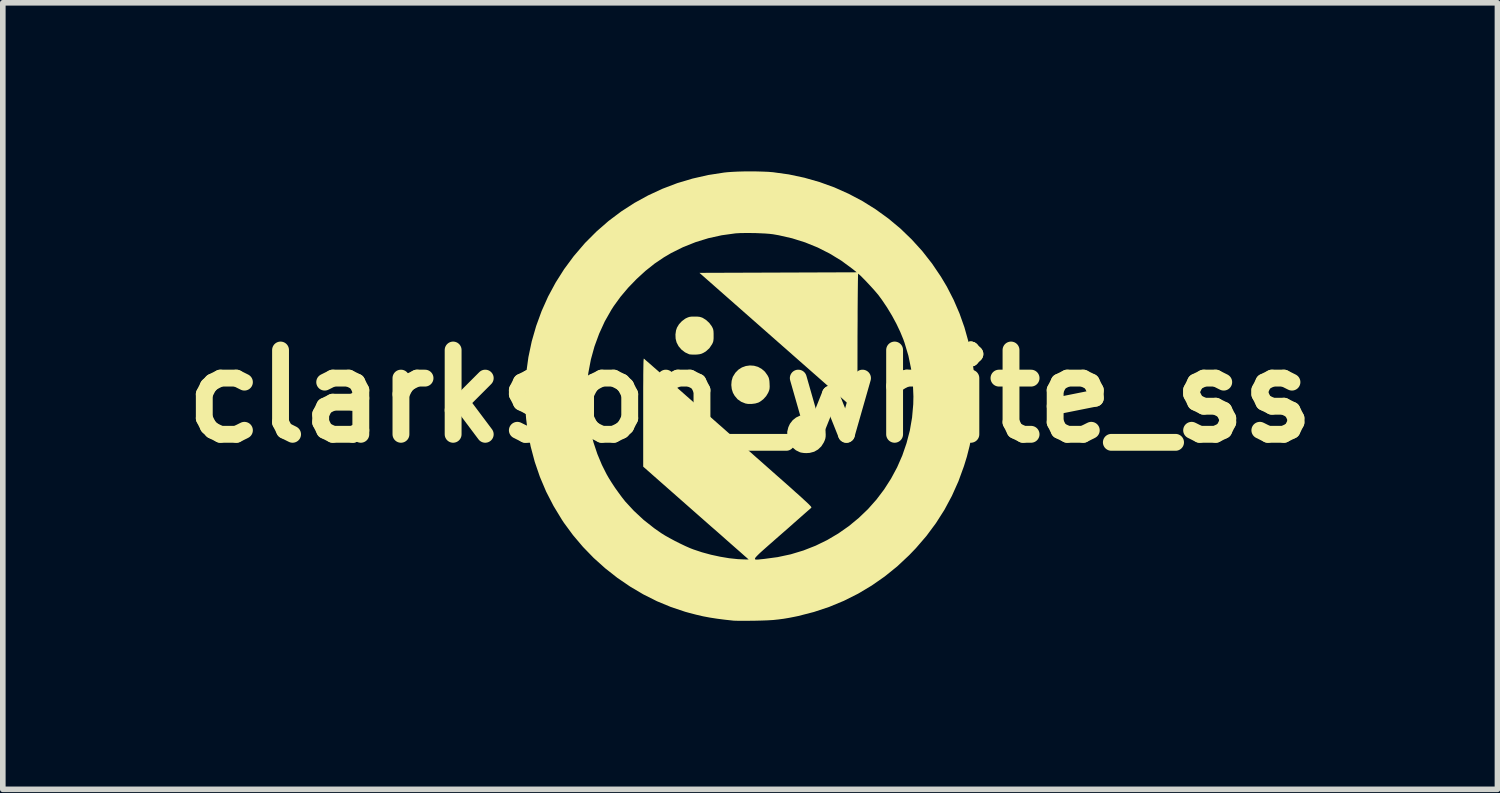
<source format=kicad_pcb>
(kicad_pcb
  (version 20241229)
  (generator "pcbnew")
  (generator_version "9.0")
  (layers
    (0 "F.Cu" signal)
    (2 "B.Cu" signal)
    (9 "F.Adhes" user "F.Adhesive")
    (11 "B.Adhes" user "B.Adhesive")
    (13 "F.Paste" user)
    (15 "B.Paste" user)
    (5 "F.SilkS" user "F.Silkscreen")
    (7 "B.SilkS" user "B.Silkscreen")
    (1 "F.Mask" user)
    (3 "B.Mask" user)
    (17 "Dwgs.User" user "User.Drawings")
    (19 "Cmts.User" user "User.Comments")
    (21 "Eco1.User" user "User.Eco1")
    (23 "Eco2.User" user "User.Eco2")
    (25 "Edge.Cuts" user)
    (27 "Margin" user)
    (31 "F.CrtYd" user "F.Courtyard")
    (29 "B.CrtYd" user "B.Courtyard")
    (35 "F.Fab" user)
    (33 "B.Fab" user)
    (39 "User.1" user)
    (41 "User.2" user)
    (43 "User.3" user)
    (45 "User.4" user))
  (footprint "clarkson_white_ss"
    (layer "F.Cu")
    (at 10.3 4.001)
    (property "Reference" "clarkson_white_ss" (at 0 0 0) (layer "F.SilkS") (effects (font (size 1.5 1.5) (thickness 0.3))))
    (attr board_only exclude_from_pos_files exclude_from_bom)
    (fp_poly (pts (xy 1.098 0.342) (xy 1.166 0.37) (xy 1.228 0.412) (xy 1.281 0.469) (xy 1.322 0.538) (xy 1.335 0.575) (xy 1.342 0.616) (xy 1.344 0.668) (xy 1.345 0.672) (xy 1.344 0.717) (xy 1.339 0.751) (xy 1.329 0.783) (xy 1.312 0.82) (xy 1.312 0.822) (xy 1.266 0.894) (xy 1.208 0.949) (xy 1.14 0.988) (xy 1.061 1.009) (xy 1 1.013) (xy 0.957 1.011) (xy 0.916 1.005) (xy 0.889 0.999) (xy 0.815 0.963) (xy 0.754 0.912) (xy 0.708 0.851) (xy 0.676 0.782) (xy 0.66 0.707) (xy 0.661 0.629) (xy 0.68 0.552) (xy 0.709 0.49) (xy 0.758 0.427) (xy 0.817 0.38) (xy 0.883 0.348) (xy 0.953 0.331) (xy 1.026 0.329)) (stroke (width 0) (type solid)) (fill yes) (layer "F.SilkS"))
    (fp_poly (pts (xy 0.069 -0.542) (xy 0.14 -0.522) (xy 0.205 -0.486) (xy 0.263 -0.436) (xy 0.311 -0.369) (xy 0.312 -0.366) (xy 0.328 -0.336) (xy 0.337 -0.306) (xy 0.343 -0.271) (xy 0.346 -0.222) (xy 0.346 -0.219) (xy 0.348 -0.172) (xy 0.346 -0.138) (xy 0.341 -0.111) (xy 0.33 -0.082) (xy 0.322 -0.063) (xy 0.285 -0.001) (xy 0.234 0.055) (xy 0.176 0.098) (xy 0.146 0.114) (xy 0.091 0.13) (xy 0.027 0.138) (xy -0.036 0.138) (xy -0.083 0.13) (xy -0.16 0.099) (xy -0.224 0.054) (xy -0.276 -0.008) (xy -0.306 -0.061) (xy -0.327 -0.127) (xy -0.335 -0.2) (xy -0.329 -0.273) (xy -0.31 -0.34) (xy -0.306 -0.348) (xy -0.263 -0.417) (xy -0.209 -0.472) (xy -0.146 -0.512) (xy -0.076 -0.537) (xy -0.004 -0.547)) (stroke (width 0) (type solid)) (fill yes) (layer "F.SilkS"))
    (fp_poly (pts (xy -0.936 -1.416) (xy -0.898 -1.412) (xy -0.867 -1.403) (xy -0.844 -1.394) (xy -0.785 -1.357) (xy -0.729 -1.306) (xy -0.685 -1.247) (xy -0.677 -1.233) (xy -0.664 -1.207) (xy -0.656 -1.182) (xy -0.652 -1.154) (xy -0.65 -1.115) (xy -0.65 -1.08) (xy -0.65 -1.03) (xy -0.653 -0.996) (xy -0.658 -0.969) (xy -0.668 -0.944) (xy -0.678 -0.924) (xy -0.726 -0.853) (xy -0.788 -0.797) (xy -0.832 -0.771) (xy -0.865 -0.756) (xy -0.899 -0.747) (xy -0.941 -0.742) (xy -0.972 -0.74) (xy -1.016 -0.74) (xy -1.054 -0.742) (xy -1.08 -0.745) (xy -1.085 -0.746) (xy -1.158 -0.78) (xy -1.222 -0.829) (xy -1.274 -0.89) (xy -1.309 -0.957) (xy -1.326 -1.024) (xy -1.329 -1.098) (xy -1.319 -1.17) (xy -1.302 -1.22) (xy -1.266 -1.28) (xy -1.215 -1.335) (xy -1.156 -1.379) (xy -1.137 -1.389) (xy -1.106 -1.403) (xy -1.077 -1.412) (xy -1.044 -1.416) (xy -0.999 -1.417) (xy -0.988 -1.417)) (stroke (width 0) (type solid)) (fill yes) (layer "F.SilkS"))
    (fp_poly (pts (xy 0.113 -4) (xy 0.223 -3.997) (xy 0.322 -3.993) (xy 0.407 -3.986) (xy 0.407 -3.986) (xy 0.689 -3.947) (xy 0.966 -3.888) (xy 1.236 -3.811) (xy 1.499 -3.716) (xy 1.754 -3.602) (xy 2 -3.472) (xy 2.235 -3.325) (xy 2.46 -3.162) (xy 2.674 -2.984) (xy 2.875 -2.79) (xy 3.063 -2.583) (xy 3.237 -2.361) (xy 3.396 -2.126) (xy 3.501 -1.95) (xy 3.622 -1.714) (xy 3.726 -1.473) (xy 3.814 -1.225) (xy 3.886 -0.968) (xy 3.943 -0.699) (xy 3.983 -0.43) (xy 3.988 -0.372) (xy 3.992 -0.298) (xy 3.995 -0.212) (xy 3.997 -0.116) (xy 3.997 -0.014) (xy 3.996 0.088) (xy 3.994 0.189) (xy 3.991 0.283) (xy 3.987 0.367) (xy 3.982 0.438) (xy 3.977 0.476) (xy 3.946 0.686) (xy 3.906 0.885) (xy 3.857 1.078) (xy 3.805 1.246) (xy 3.707 1.515) (xy 3.591 1.774) (xy 3.458 2.022) (xy 3.307 2.259) (xy 3.138 2.487) (xy 2.951 2.704) (xy 2.83 2.83) (xy 2.619 3.028) (xy 2.396 3.208) (xy 2.164 3.37) (xy 1.921 3.515) (xy 1.668 3.642) (xy 1.407 3.75) (xy 1.136 3.84) (xy 0.857 3.912) (xy 0.794 3.925) (xy 0.692 3.945) (xy 0.597 3.961) (xy 0.505 3.973) (xy 0.412 3.983) (xy 0.312 3.989) (xy 0.201 3.993) (xy 0.076 3.996) (xy 0.056 3.996) (xy -0.023 3.997) (xy -0.098 3.997) (xy -0.164 3.997) (xy -0.22 3.997) (xy -0.263 3.996) (xy -0.288 3.995) (xy -0.292 3.995) (xy -0.448 3.978) (xy -0.588 3.96) (xy -0.717 3.94) (xy -0.839 3.917) (xy -0.959 3.889) (xy -1.082 3.857) (xy -1.155 3.837) (xy -1.409 3.752) (xy -1.658 3.649) (xy -1.901 3.527) (xy -2.136 3.388) (xy -2.363 3.233) (xy -2.579 3.063) (xy -2.784 2.879) (xy -2.975 2.682) (xy -3.152 2.473) (xy -3.314 2.253) (xy -3.349 2.2) (xy -3.499 1.953) (xy -3.63 1.699) (xy -3.741 1.437) (xy -3.833 1.169) (xy -3.906 0.894) (xy -3.96 0.613) (xy -3.986 0.407) (xy -3.993 0.323) (xy -3.997 0.224) (xy -4 0.114) (xy -4.001 -0.000155) (xy -4.001 -0.04) (xy -2.905 -0.04) (xy -2.904 0.053) (xy -2.901 0.147) (xy -2.897 0.237) (xy -2.891 0.317) (xy -2.885 0.384) (xy -2.882 0.407) (xy -2.842 0.617) (xy -2.787 0.825) (xy -2.719 1.029) (xy -2.638 1.223) (xy -2.556 1.386) (xy -2.513 1.461) (xy -2.461 1.544) (xy -2.403 1.632) (xy -2.342 1.717) (xy -2.284 1.796) (xy -2.231 1.863) (xy -2.228 1.868) (xy -2.07 2.039) (xy -1.896 2.201) (xy -1.707 2.35) (xy -1.581 2.438) (xy -1.512 2.481) (xy -1.428 2.528) (xy -1.337 2.577) (xy -1.243 2.624) (xy -1.151 2.668) (xy -1.067 2.705) (xy -1.01 2.727) (xy -0.857 2.778) (xy -0.695 2.822) (xy -0.532 2.857) (xy -0.371 2.884) (xy -0.217 2.9) (xy -0.107 2.905) (xy -0.026 2.906) (xy -0.058 2.878) (xy -0.069 2.868) (xy -0.096 2.845) (xy -0.135 2.81) (xy -0.187 2.764) (xy -0.25 2.709) (xy -0.324 2.644) (xy -0.407 2.571) (xy -0.498 2.49) (xy -0.597 2.403) (xy -0.703 2.311) (xy -0.814 2.213) (xy -0.929 2.112) (xy -0.997 2.052) (xy -1.903 1.254) (xy -1.903 0.289) (xy -1.903 0.119) (xy -1.903 -0.031) (xy -1.903 -0.163) (xy -1.902 -0.277) (xy -1.902 -0.374) (xy -1.901 -0.456) (xy -1.9 -0.523) (xy -1.899 -0.576) (xy -1.898 -0.616) (xy -1.896 -0.644) (xy -1.894 -0.662) (xy -1.892 -0.669) (xy -1.891 -0.669) (xy -1.882 -0.662) (xy -1.859 -0.641) (xy -1.822 -0.609) (xy -1.771 -0.565) (xy -1.709 -0.51) (xy -1.634 -0.445) (xy -1.549 -0.37) (xy -1.453 -0.286) (xy -1.349 -0.194) (xy -1.235 -0.094) (xy -1.114 0.013) (xy -0.985 0.126) (xy -0.85 0.244) (xy -0.709 0.368) (xy -0.564 0.496) (xy -0.414 0.628) (xy -0.386 0.653) (xy -0.208 0.81) (xy -0.044 0.953) (xy 0.105 1.085) (xy 0.24 1.204) (xy 0.363 1.313) (xy 0.474 1.411) (xy 0.573 1.498) (xy 0.661 1.576) (xy 0.739 1.645) (xy 0.806 1.706) (xy 0.865 1.758) (xy 0.916 1.804) (xy 0.958 1.843) (xy 0.993 1.875) (xy 1.022 1.902) (xy 1.045 1.924) (xy 1.062 1.942) (xy 1.075 1.955) (xy 1.083 1.965) (xy 1.088 1.973) (xy 1.09 1.978) (xy 1.09 1.982) (xy 1.089 1.985) (xy 1.088 1.985) (xy 1.078 1.995) (xy 1.053 2.017) (xy 1.015 2.05) (xy 0.966 2.093) (xy 0.907 2.145) (xy 0.839 2.205) (xy 0.764 2.271) (xy 0.683 2.343) (xy 0.597 2.418) (xy 0.558 2.452) (xy 0.453 2.544) (xy 0.363 2.623) (xy 0.287 2.69) (xy 0.224 2.746) (xy 0.173 2.792) (xy 0.135 2.829) (xy 0.108 2.857) (xy 0.091 2.878) (xy 0.085 2.893) (xy 0.088 2.903) (xy 0.099 2.907) (xy 0.119 2.908) (xy 0.147 2.907) (xy 0.181 2.903) (xy 0.222 2.899) (xy 0.251 2.896) (xy 0.49 2.864) (xy 0.723 2.814) (xy 0.948 2.746) (xy 1.165 2.661) (xy 1.372 2.56) (xy 1.57 2.443) (xy 1.757 2.312) (xy 1.933 2.167) (xy 2.097 2.01) (xy 2.248 1.84) (xy 2.385 1.659) (xy 2.508 1.467) (xy 2.616 1.266) (xy 2.708 1.056) (xy 2.783 0.838) (xy 2.842 0.613) (xy 2.882 0.381) (xy 2.903 0.144) (xy 2.906 0.005) (xy 2.896 -0.239) (xy 2.866 -0.481) (xy 2.817 -0.719) (xy 2.748 -0.951) (xy 2.727 -1.01) (xy 2.671 -1.146) (xy 2.603 -1.289) (xy 2.524 -1.435) (xy 2.437 -1.579) (xy 2.346 -1.714) (xy 2.282 -1.801) (xy 2.255 -1.833) (xy 2.221 -1.873) (xy 2.181 -1.918) (xy 2.137 -1.966) (xy 2.092 -2.014) (xy 2.048 -2.061) (xy 2.007 -2.102) (xy 1.972 -2.138) (xy 1.944 -2.163) (xy 1.927 -2.178) (xy 1.922 -2.18) (xy 1.921 -2.17) (xy 1.92 -2.141) (xy 1.919 -2.093) (xy 1.918 -2.029) (xy 1.917 -1.95) (xy 1.916 -1.856) (xy 1.915 -1.75) (xy 1.914 -1.631) (xy 1.913 -1.503) (xy 1.913 -1.365) (xy 1.912 -1.219) (xy 1.911 -1.066) (xy 1.911 -0.951) (xy 1.909 0.279) (xy 0.503 -0.958) (xy -0.902 -2.195) (xy 0.498 -2.2) (xy 1.897 -2.205) (xy 1.816 -2.27) (xy 1.623 -2.412) (xy 1.418 -2.537) (xy 1.203 -2.646) (xy 0.979 -2.737) (xy 0.747 -2.81) (xy 0.51 -2.864) (xy 0.407 -2.882) (xy 0.348 -2.889) (xy 0.272 -2.895) (xy 0.186 -2.899) (xy 0.093 -2.903) (xy -0.001 -2.904) (xy -0.091 -2.904) (xy -0.174 -2.903) (xy -0.243 -2.899) (xy -0.267 -2.897) (xy -0.506 -2.864) (xy -0.742 -2.812) (xy -0.972 -2.741) (xy -1.195 -2.652) (xy -1.408 -2.546) (xy -1.535 -2.471) (xy -1.701 -2.359) (xy -1.864 -2.229) (xy -2.021 -2.085) (xy -2.17 -1.931) (xy -2.306 -1.77) (xy -2.426 -1.605) (xy -2.471 -1.535) (xy -2.588 -1.329) (xy -2.687 -1.112) (xy -2.77 -0.886) (xy -2.834 -0.654) (xy -2.879 -0.417) (xy -2.897 -0.267) (xy -2.902 -0.205) (xy -2.904 -0.127) (xy -2.905 -0.04) (xy -4.001 -0.04) (xy -4 -0.115) (xy -3.997 -0.224) (xy -3.993 -0.323) (xy -3.986 -0.407) (xy -3.986 -0.407) (xy -3.946 -0.695) (xy -3.887 -0.975) (xy -3.808 -1.249) (xy -3.711 -1.515) (xy -3.596 -1.772) (xy -3.462 -2.021) (xy -3.31 -2.261) (xy -3.14 -2.491) (xy -2.952 -2.711) (xy -2.934 -2.731) (xy -2.733 -2.932) (xy -2.52 -3.118) (xy -2.295 -3.287) (xy -2.06 -3.439) (xy -1.814 -3.574) (xy -1.559 -3.692) (xy -1.296 -3.792) (xy -1.024 -3.873) (xy -0.747 -3.936) (xy -0.463 -3.98) (xy -0.407 -3.986) (xy -0.323 -3.992) (xy -0.225 -3.997) (xy -0.115 -4) (xy -0.001 -4.001)) (stroke (width 0) (type solid)) (fill yes) (layer "F.SilkS")))
  (gr_rect
    (start -3 -3)
    (end 23.6 10.998)
    (stroke (width 0.1) (type default))
    (fill no)
    (layer "Edge.Cuts")))
</source>
